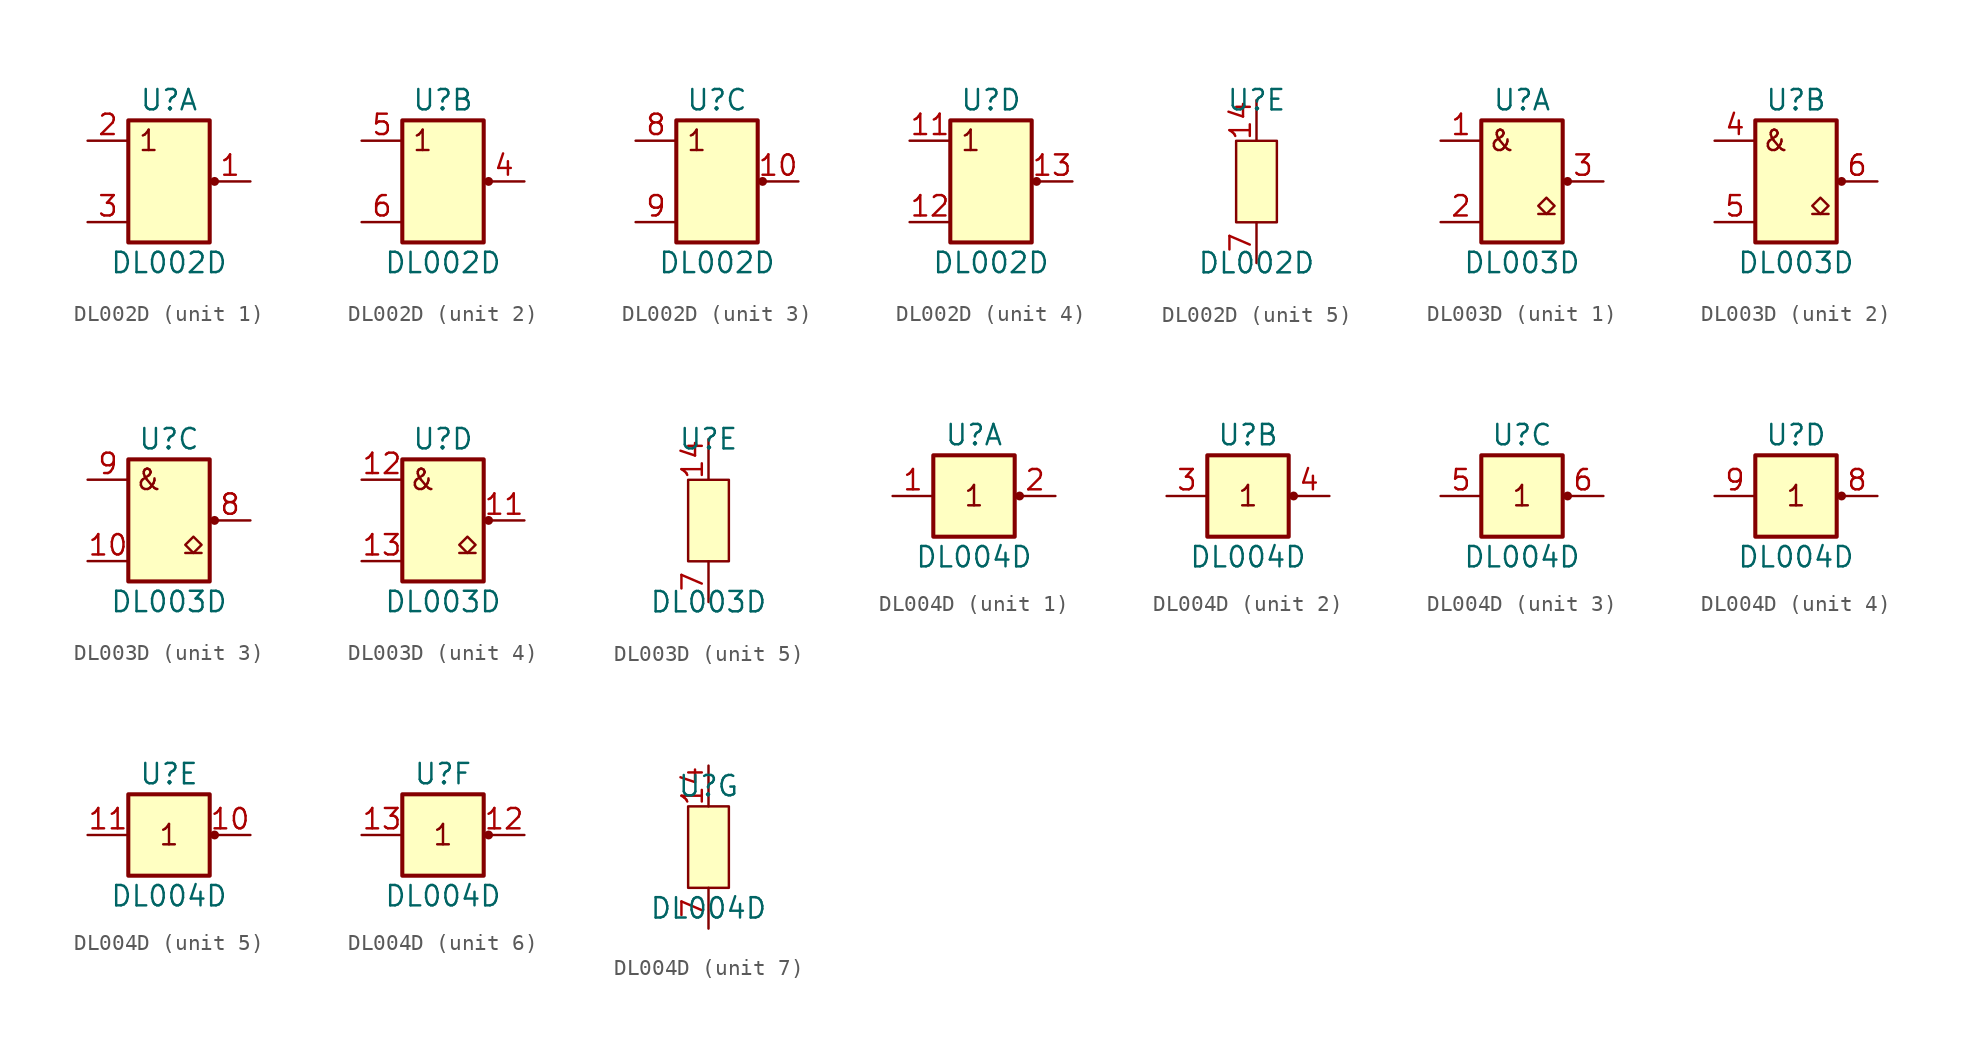
<source format=kicad_sym>
(kicad_symbol_lib
  (version 20211014)
  (generator kicad_symbol_editor)
  (symbol "DL002D"
    (pin_names
      (offset 1.016) hide)
    (property "Reference" "U"
      (at 0 5.08 0)
      (effects (font (size 1.27 1.27))))
    (property "Value" "DL002D"
      (at 0 -5.08 0)
      (effects (font (size 1.27 1.27))))
    (property "ki_locked" ""
      (at 0 0 0)
      (effects (font (size 1.27 1.27))))
    (symbol "DL002D_1_0"
      (pin output line (at 5.08 0 180) (length 2.54) (name "Y1" (effects (font (size 1.27 1.27)))) (number "1" (effects (font (size 1.27 1.27))))))
    (symbol "DL002D_1_1"
      (rectangle (start -2.54 3.81) (end 2.54 -3.81) (stroke (width 0.254) (type default) (color 0 0 0 0)) (fill (type background)))
      (circle (center 2.845 0) (radius 0.203) (stroke (width 0) (type default) (color 0 0 0 0)) (fill (type outline)))
      (text "1" (at -1.27 2.54 0) (effects (font (size 1.27 1.27))))
      (pin input line (at -5.08 2.54 0) (length 2.54) (name "A1" (effects (font (size 1.27 1.27)))) (number "2" (effects (font (size 1.27 1.27)))))
      (pin input line (at -5.08 -2.54 0) (length 2.54) (name "B1" (effects (font (size 1.27 1.27)))) (number "3" (effects (font (size 1.27 1.27))))))
    (symbol "DL002D_2_0"
      (pin output line (at 5.08 0 180) (length 2.54) (name "Y2" (effects (font (size 1.27 1.27)))) (number "4" (effects (font (size 1.27 1.27)))))
      (pin input line (at -5.08 2.54 0) (length 2.54) (name "A2" (effects (font (size 1.27 1.27)))) (number "5" (effects (font (size 1.27 1.27)))))
      (pin input line (at -5.08 -2.54 0) (length 2.54) (name "B2" (effects (font (size 1.27 1.27)))) (number "6" (effects (font (size 1.27 1.27))))))
    (symbol "DL002D_2_1"
      (rectangle (start -2.54 3.81) (end 2.54 -3.81) (stroke (width 0.254) (type default) (color 0 0 0 0)) (fill (type background)))
      (circle (center 2.845 0) (radius 0.203) (stroke (width 0) (type default) (color 0 0 0 0)) (fill (type outline)))
      (text "1" (at -1.27 2.54 0) (effects (font (size 1.27 1.27)))))
    (symbol "DL002D_3_0"
      (pin output line (at 5.08 0 180) (length 2.54) (name "Y3" (effects (font (size 1.27 1.27)))) (number "10" (effects (font (size 1.27 1.27))))))
    (symbol "DL002D_3_1"
      (rectangle (start -2.54 3.81) (end 2.54 -3.81) (stroke (width 0.254) (type default) (color 0 0 0 0)) (fill (type background)))
      (circle (center 2.845 0) (radius 0.203) (stroke (width 0) (type default) (color 0 0 0 0)) (fill (type outline)))
      (text "1" (at -1.27 2.54 0) (effects (font (size 1.27 1.27))))
      (pin input line (at -5.08 2.54 0) (length 2.54) (name "A3" (effects (font (size 1.27 1.27)))) (number "8" (effects (font (size 1.27 1.27)))))
      (pin input line (at -5.08 -2.54 0) (length 2.54) (name "B3" (effects (font (size 1.27 1.27)))) (number "9" (effects (font (size 1.27 1.27))))))
    (symbol "DL002D_4_0"
      (pin output line (at 5.08 0 180) (length 2.54) (name "Y4" (effects (font (size 1.27 1.27)))) (number "13" (effects (font (size 1.27 1.27))))))
    (symbol "DL002D_4_1"
      (rectangle (start -2.54 3.81) (end 2.54 -3.81) (stroke (width 0.254) (type default) (color 0 0 0 0)) (fill (type background)))
      (circle (center 2.845 0) (radius 0.203) (stroke (width 0) (type default) (color 0 0 0 0)) (fill (type outline)))
      (text "1" (at -1.27 2.54 0) (effects (font (size 1.27 1.27))))
      (pin input line (at -5.08 2.54 0) (length 2.54) (name "A4" (effects (font (size 1.27 1.27)))) (number "11" (effects (font (size 1.27 1.27)))))
      (pin input line (at -5.08 -2.54 0) (length 2.54) (name "B4" (effects (font (size 1.27 1.27)))) (number "12" (effects (font (size 1.27 1.27))))))
    (symbol "DL002D_5_1"
      (rectangle (start -1.27 2.54) (end 1.27 -2.54) (stroke (width 0) (type default) (color 0 0 0 0)) (fill (type background)))
      (pin power_in line (at 0 5.08 270) (length 2.54) (name "Vcc" (effects (font (size 1.27 1.27)))) (number "14" (effects (font (size 1.27 1.27)))))
      (pin power_in line (at 0 -5.08 90) (length 2.54) (name "GND" (effects (font (size 1.27 1.27)))) (number "7" (effects (font (size 1.27 1.27)))))))
  (symbol "DL003D"
    (pin_names
      (offset 1.016) hide)
    (property "Reference" "U"
      (at 0 5.08 0)
      (effects (font (size 1.27 1.27))))
    (property "Value" "DL003D"
      (at 0 -5.08 0)
      (effects (font (size 1.27 1.27))))
    (property "ki_locked" ""
      (at 0 0 0)
      (effects (font (size 1.27 1.27))))
    (symbol "DL003D_1_0"
      (pin open_collector line (at 5.08 0 180) (length 2.54) (name "Y1" (effects (font (size 1.27 1.27)))) (number "3" (effects (font (size 1.27 1.27))))))
    (symbol "DL003D_1_1"
      (rectangle (start -2.54 3.81) (end 2.54 -3.81) (stroke (width 0.254) (type default) (color 0 0 0 0)) (fill (type background)))
      (polyline (pts (xy 1.016 -2.032) (xy 2.032 -2.032)) (stroke (width 0) (type default) (color 0 0 0 0)) (fill (type none)))
      (polyline (pts (xy 1.524 -2.032) (xy 2.032 -1.524) (xy 1.524 -1.016) (xy 1.016 -1.524) (xy 1.524 -2.032)) (stroke (width 0) (type default) (color 0 0 0 0)) (fill (type none)))
      (circle (center 2.845 0) (radius 0.203) (stroke (width 0) (type default) (color 0 0 0 0)) (fill (type outline)))
      (text "&" (at -1.27 2.54 0) (effects (font (size 1.27 1.27))))
      (pin input line (at -5.08 2.54 0) (length 2.54) (name "A1" (effects (font (size 1.27 1.27)))) (number "1" (effects (font (size 1.27 1.27)))))
      (pin input line (at -5.08 -2.54 0) (length 2.54) (name "B1" (effects (font (size 1.27 1.27)))) (number "2" (effects (font (size 1.27 1.27))))))
    (symbol "DL003D_2_0"
      (pin input line (at -5.08 2.54 0) (length 2.54) (name "A2" (effects (font (size 1.27 1.27)))) (number "4" (effects (font (size 1.27 1.27)))))
      (pin input line (at -5.08 -2.54 0) (length 2.54) (name "B2" (effects (font (size 1.27 1.27)))) (number "5" (effects (font (size 1.27 1.27)))))
      (pin open_collector line (at 5.08 0 180) (length 2.54) (name "Y2" (effects (font (size 1.27 1.27)))) (number "6" (effects (font (size 1.27 1.27))))))
    (symbol "DL003D_2_1"
      (rectangle (start -2.54 3.81) (end 2.54 -3.81) (stroke (width 0.254) (type default) (color 0 0 0 0)) (fill (type background)))
      (polyline (pts (xy 1.016 -2.032) (xy 2.032 -2.032)) (stroke (width 0) (type default) (color 0 0 0 0)) (fill (type none)))
      (polyline (pts (xy 1.524 -2.032) (xy 2.032 -1.524) (xy 1.524 -1.016) (xy 1.016 -1.524) (xy 1.524 -2.032)) (stroke (width 0) (type default) (color 0 0 0 0)) (fill (type none)))
      (circle (center 2.845 0) (radius 0.203) (stroke (width 0) (type default) (color 0 0 0 0)) (fill (type outline)))
      (text "&" (at -1.27 2.54 0) (effects (font (size 1.27 1.27)))))
    (symbol "DL003D_3_0"
      (pin open_collector line (at 5.08 0 180) (length 2.54) (name "Y3" (effects (font (size 1.27 1.27)))) (number "8" (effects (font (size 1.27 1.27))))))
    (symbol "DL003D_3_1"
      (rectangle (start -2.54 3.81) (end 2.54 -3.81) (stroke (width 0.254) (type default) (color 0 0 0 0)) (fill (type background)))
      (polyline (pts (xy 1.016 -2.032) (xy 2.032 -2.032)) (stroke (width 0) (type default) (color 0 0 0 0)) (fill (type none)))
      (polyline (pts (xy 1.524 -2.032) (xy 2.032 -1.524) (xy 1.524 -1.016) (xy 1.016 -1.524) (xy 1.524 -2.032)) (stroke (width 0) (type default) (color 0 0 0 0)) (fill (type none)))
      (circle (center 2.845 0) (radius 0.203) (stroke (width 0) (type default) (color 0 0 0 0)) (fill (type outline)))
      (text "&" (at -1.27 2.54 0) (effects (font (size 1.27 1.27))))
      (pin input line (at -5.08 -2.54 0) (length 2.54) (name "B3" (effects (font (size 1.27 1.27)))) (number "10" (effects (font (size 1.27 1.27)))))
      (pin input line (at -5.08 2.54 0) (length 2.54) (name "A3" (effects (font (size 1.27 1.27)))) (number "9" (effects (font (size 1.27 1.27))))))
    (symbol "DL003D_4_0"
      (pin open_collector line (at 5.08 0 180) (length 2.54) (name "Y4" (effects (font (size 1.27 1.27)))) (number "11" (effects (font (size 1.27 1.27))))))
    (symbol "DL003D_4_1"
      (rectangle (start -2.54 3.81) (end 2.54 -3.81) (stroke (width 0.254) (type default) (color 0 0 0 0)) (fill (type background)))
      (polyline (pts (xy 1.016 -2.032) (xy 2.032 -2.032)) (stroke (width 0) (type default) (color 0 0 0 0)) (fill (type none)))
      (polyline (pts (xy 1.524 -2.032) (xy 2.032 -1.524) (xy 1.524 -1.016) (xy 1.016 -1.524) (xy 1.524 -2.032)) (stroke (width 0) (type default) (color 0 0 0 0)) (fill (type none)))
      (circle (center 2.845 0) (radius 0.203) (stroke (width 0) (type default) (color 0 0 0 0)) (fill (type outline)))
      (text "&" (at -1.27 2.54 0) (effects (font (size 1.27 1.27))))
      (pin input line (at -5.08 2.54 0) (length 2.54) (name "A4" (effects (font (size 1.27 1.27)))) (number "12" (effects (font (size 1.27 1.27)))))
      (pin input line (at -5.08 -2.54 0) (length 2.54) (name "B4" (effects (font (size 1.27 1.27)))) (number "13" (effects (font (size 1.27 1.27))))))
    (symbol "DL003D_5_1"
      (rectangle (start -1.27 2.54) (end 1.27 -2.54) (stroke (width 0) (type default) (color 0 0 0 0)) (fill (type background)))
      (pin power_in line (at 0 5.08 270) (length 2.54) (name "Vcc" (effects (font (size 1.27 1.27)))) (number "14" (effects (font (size 1.27 1.27)))))
      (pin power_in line (at 0 -5.08 90) (length 2.54) (name "GND" (effects (font (size 1.27 1.27)))) (number "7" (effects (font (size 1.27 1.27)))))))
  (symbol "DL004D"
    (pin_names
      (offset 1.016) hide)
    (property "Reference" "U"
      (at 0 3.81 0)
      (effects (font (size 1.27 1.27))))
    (property "Value" "DL004D"
      (at 0 -3.81 0)
      (effects (font (size 1.27 1.27))))
    (property "ki_locked" ""
      (at 0 0 0)
      (effects (font (size 1.27 1.27))))
    (symbol "DL004D_1_0"
      (pin output line (at 5.08 0 180) (length 2.54) (name "Y1" (effects (font (size 1.27 1.27)))) (number "2" (effects (font (size 1.27 1.27))))))
    (symbol "DL004D_1_1"
      (rectangle (start -2.54 2.54) (end 2.54 -2.54) (stroke (width 0.254) (type default) (color 0 0 0 0)) (fill (type background)))
      (circle (center 2.845 0) (radius 0.203) (stroke (width 0) (type default) (color 0 0 0 0)) (fill (type outline)))
      (text "1" (at 0 0 0) (effects (font (size 1.27 1.27))))
      (pin input line (at -5.08 0 0) (length 2.54) (name "A1" (effects (font (size 1.27 1.27)))) (number "1" (effects (font (size 1.27 1.27))))))
    (symbol "DL004D_2_1"
      (rectangle (start -2.54 2.54) (end 2.54 -2.54) (stroke (width 0.254) (type default) (color 0 0 0 0)) (fill (type background)))
      (circle (center 2.845 0) (radius 0.203) (stroke (width 0) (type default) (color 0 0 0 0)) (fill (type outline)))
      (text "1" (at 0 0 0) (effects (font (size 1.27 1.27))))
      (pin input line (at -5.08 0 0) (length 2.54) (name "A2" (effects (font (size 1.27 1.27)))) (number "3" (effects (font (size 1.27 1.27)))))
      (pin output line (at 5.08 0 180) (length 2.54) (name "Y2" (effects (font (size 1.27 1.27)))) (number "4" (effects (font (size 1.27 1.27))))))
    (symbol "DL004D_3_1"
      (rectangle (start -2.54 2.54) (end 2.54 -2.54) (stroke (width 0.254) (type default) (color 0 0 0 0)) (fill (type background)))
      (circle (center 2.845 0) (radius 0.203) (stroke (width 0) (type default) (color 0 0 0 0)) (fill (type outline)))
      (text "1" (at 0 0 0) (effects (font (size 1.27 1.27))))
      (pin input line (at -5.08 0 0) (length 2.54) (name "A3" (effects (font (size 1.27 1.27)))) (number "5" (effects (font (size 1.27 1.27)))))
      (pin output line (at 5.08 0 180) (length 2.54) (name "Y3" (effects (font (size 1.27 1.27)))) (number "6" (effects (font (size 1.27 1.27))))))
    (symbol "DL004D_4_1"
      (rectangle (start -2.54 2.54) (end 2.54 -2.54) (stroke (width 0.254) (type default) (color 0 0 0 0)) (fill (type background)))
      (circle (center 2.845 0) (radius 0.203) (stroke (width 0) (type default) (color 0 0 0 0)) (fill (type outline)))
      (text "1" (at 0 0 0) (effects (font (size 1.27 1.27))))
      (pin output line (at 5.08 0 180) (length 2.54) (name "Y4" (effects (font (size 1.27 1.27)))) (number "8" (effects (font (size 1.27 1.27)))))
      (pin input line (at -5.08 0 0) (length 2.54) (name "A4" (effects (font (size 1.27 1.27)))) (number "9" (effects (font (size 1.27 1.27))))))
    (symbol "DL004D_5_1"
      (rectangle (start -2.54 2.54) (end 2.54 -2.54) (stroke (width 0.254) (type default) (color 0 0 0 0)) (fill (type background)))
      (circle (center 2.845 0) (radius 0.203) (stroke (width 0) (type default) (color 0 0 0 0)) (fill (type outline)))
      (text "1" (at 0 0 0) (effects (font (size 1.27 1.27))))
      (pin output line (at 5.08 0 180) (length 2.54) (name "Y5" (effects (font (size 1.27 1.27)))) (number "10" (effects (font (size 1.27 1.27)))))
      (pin input line (at -5.08 0 0) (length 2.54) (name "A5" (effects (font (size 1.27 1.27)))) (number "11" (effects (font (size 1.27 1.27))))))
    (symbol "DL004D_6_1"
      (rectangle (start -2.54 2.54) (end 2.54 -2.54) (stroke (width 0.254) (type default) (color 0 0 0 0)) (fill (type background)))
      (circle (center 2.845 0) (radius 0.203) (stroke (width 0) (type default) (color 0 0 0 0)) (fill (type outline)))
      (text "1" (at 0 0 0) (effects (font (size 1.27 1.27))))
      (pin output line (at 5.08 0 180) (length 2.54) (name "Y6" (effects (font (size 1.27 1.27)))) (number "12" (effects (font (size 1.27 1.27)))))
      (pin input line (at -5.08 0 0) (length 2.54) (name "A6" (effects (font (size 1.27 1.27)))) (number "13" (effects (font (size 1.27 1.27))))))
    (symbol "DL004D_7_1"
      (rectangle (start -1.27 2.54) (end 1.27 -2.54) (stroke (width 0) (type default) (color 0 0 0 0)) (fill (type background)))
      (pin power_in line (at 0 5.08 270) (length 2.54) (name "Vcc" (effects (font (size 1.27 1.27)))) (number "14" (effects (font (size 1.27 1.27)))))
      (pin power_in line (at 0 -5.08 90) (length 2.54) (name "GND" (effects (font (size 1.27 1.27)))) (number "7" (effects (font (size 1.27 1.27))))))))
</source>
